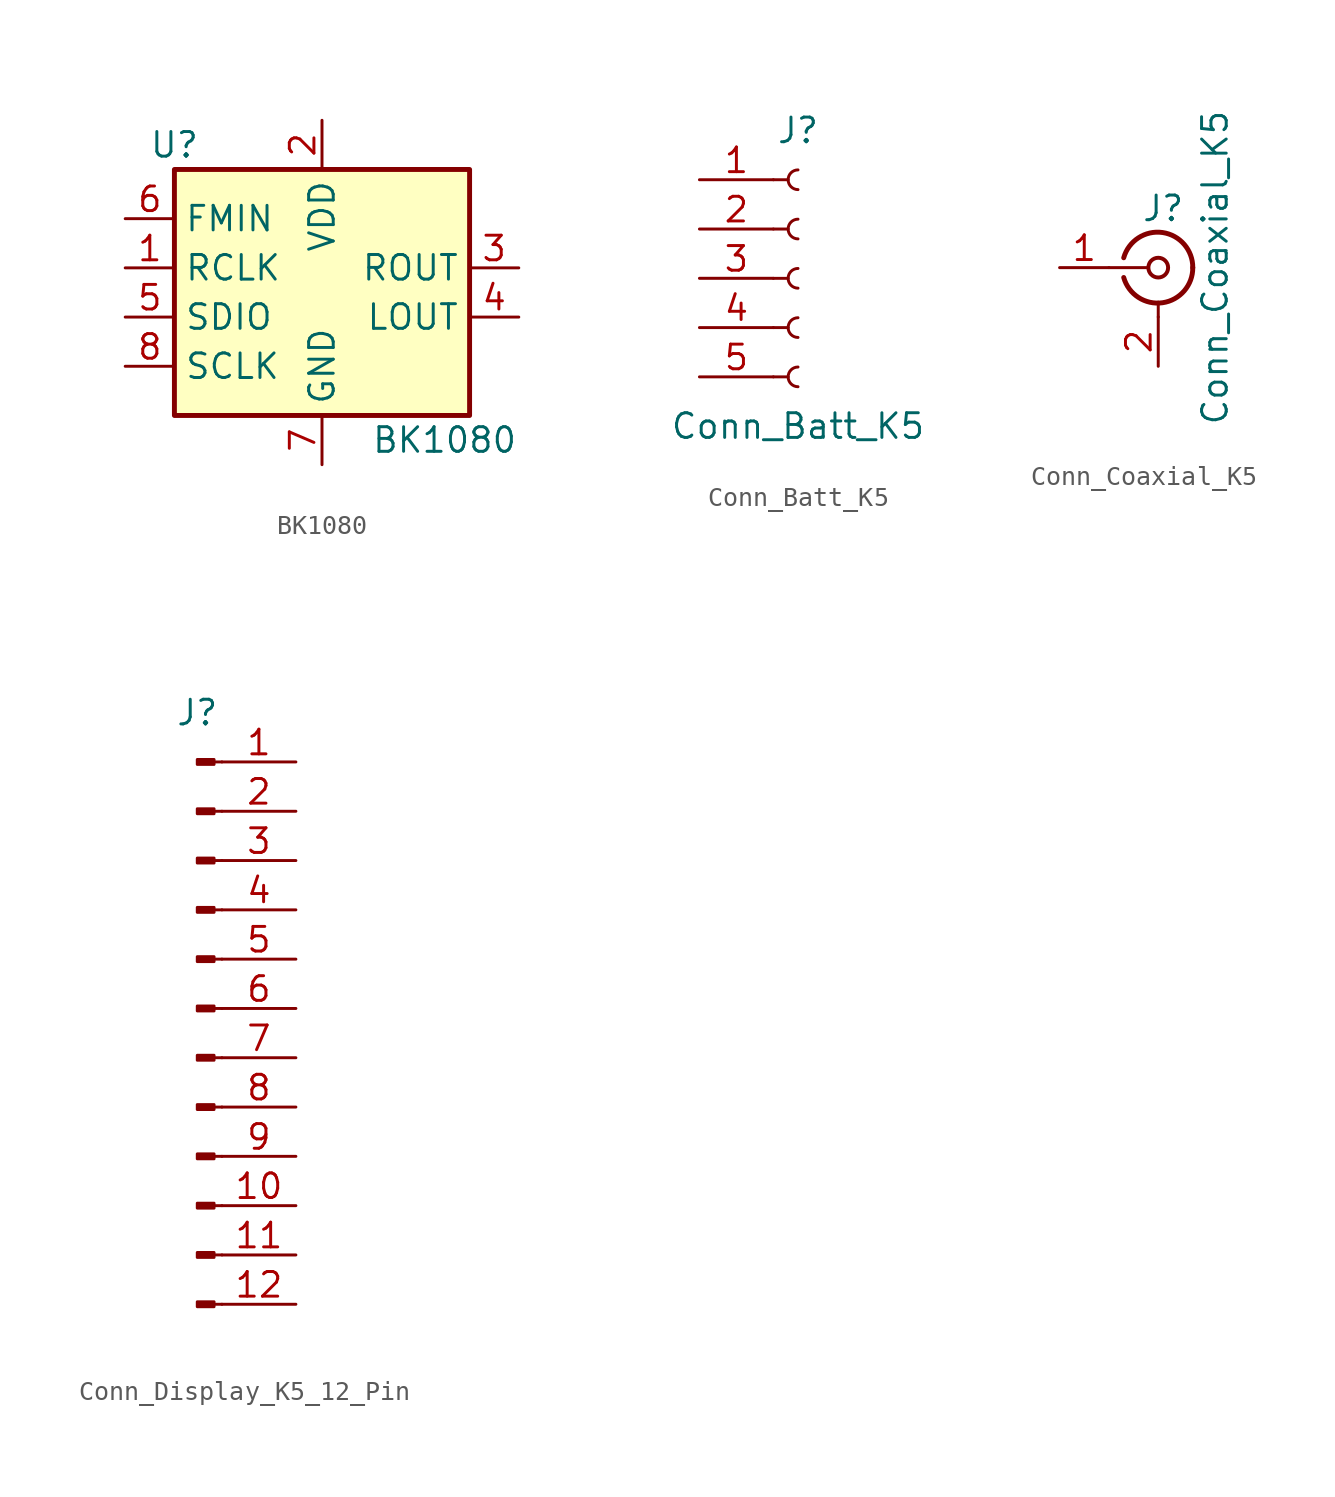
<source format=kicad_sym>
(kicad_symbol_lib
  (version 20220914)
  (generator kicad_symbol_editor)
  (symbol "BK1080"
    (property "Reference" "U"
      (at -7.62 7.62 0)
      (effects (font (size 1.27 1.27))))
    (property "Value" "BK1080"
      (at 2.54 -7.62 0)
      (effects (font (size 1.27 1.27)) (justify left)))
    (symbol "BK1080_1_1"
      (rectangle (start -7.62 6.35) (end 7.62 -6.35) (stroke (width 0.254) (type default)) (fill (type background)))
      (pin input line (at -10.16 1.27 0) (length 2.54) (name "RCLK" (effects (font (size 1.27 1.27)))) (number "1" (effects (font (size 1.27 1.27)))))
      (pin power_in line (at 0 8.89 270) (length 2.54) (name "VDD" (effects (font (size 1.27 1.27)))) (number "2" (effects (font (size 1.27 1.27)))))
      (pin bidirectional line (at 10.16 1.27 180) (length 2.54) (name "ROUT" (effects (font (size 1.27 1.27)))) (number "3" (effects (font (size 1.27 1.27)))))
      (pin input line (at 10.16 -1.27 180) (length 2.54) (name "LOUT" (effects (font (size 1.27 1.27)))) (number "4" (effects (font (size 1.27 1.27)))))
      (pin bidirectional line (at -10.16 -1.27 0) (length 2.54) (name "SDIO" (effects (font (size 1.27 1.27)))) (number "5" (effects (font (size 1.27 1.27)))))
      (pin input line (at -10.16 3.81 0) (length 2.54) (name "FMIN" (effects (font (size 1.27 1.27)))) (number "6" (effects (font (size 1.27 1.27)))))
      (pin power_in line (at 0 -8.89 90) (length 2.54) (name "GND" (effects (font (size 1.27 1.27)))) (number "7" (effects (font (size 1.27 1.27)))))
      (pin input line (at -10.16 -3.81 0) (length 2.54) (name "SCLK" (effects (font (size 1.27 1.27)))) (number "8" (effects (font (size 1.27 1.27)))))))
  (symbol "Conn_Batt_K5"
    (pin_names
      (offset 1.016) hide)
    (property "Reference" "J"
      (at 0 7.62 0)
      (effects (font (size 1.27 1.27))))
    (property "Value" "Conn_Batt_K5"
      (at 0 -7.62 0)
      (effects (font (size 1.27 1.27))))
    (symbol "Conn_Batt_K5_1_1"
      (arc (start 0 -4.572) (mid -0.5058 -5.08) (end 0 -5.588) (stroke (width 0.1524) (type default)) (fill (type none)))
      (arc (start 0 -2.032) (mid -0.5058 -2.54) (end 0 -3.048) (stroke (width 0.1524) (type default)) (fill (type none)))
      (polyline (pts (xy -1.27 -5.08) (xy -0.508 -5.08)) (stroke (width 0.152) (type default)) (fill (type none)))
      (polyline (pts (xy -1.27 -2.54) (xy -0.508 -2.54)) (stroke (width 0.152) (type default)) (fill (type none)))
      (polyline (pts (xy -1.27 0) (xy -0.508 0)) (stroke (width 0.152) (type default)) (fill (type none)))
      (polyline (pts (xy -1.27 2.54) (xy -0.508 2.54)) (stroke (width 0.152) (type default)) (fill (type none)))
      (polyline (pts (xy -1.27 5.08) (xy -0.508 5.08)) (stroke (width 0.152) (type default)) (fill (type none)))
      (arc (start 0 0.508) (mid -0.5058 0) (end 0 -0.508) (stroke (width 0.1524) (type default)) (fill (type none)))
      (arc (start 0 3.048) (mid -0.5058 2.54) (end 0 2.032) (stroke (width 0.1524) (type default)) (fill (type none)))
      (arc (start 0 5.588) (mid -0.5058 5.08) (end 0 4.572) (stroke (width 0.1524) (type default)) (fill (type none)))
      (pin passive line (at -5.08 5.08 0) (length 3.81) (name "Pin_1" (effects (font (size 1.27 1.27)))) (number "1" (effects (font (size 1.27 1.27)))))
      (pin passive line (at -5.08 2.54 0) (length 3.81) (name "Pin_2" (effects (font (size 1.27 1.27)))) (number "2" (effects (font (size 1.27 1.27)))))
      (pin passive line (at -5.08 0 0) (length 3.81) (name "Pin_3" (effects (font (size 1.27 1.27)))) (number "3" (effects (font (size 1.27 1.27)))))
      (pin passive line (at -5.08 -2.54 0) (length 3.81) (name "Pin_4" (effects (font (size 1.27 1.27)))) (number "4" (effects (font (size 1.27 1.27)))))
      (pin passive line (at -5.08 -5.08 0) (length 3.81) (name "Pin_5" (effects (font (size 1.27 1.27)))) (number "5" (effects (font (size 1.27 1.27)))))))
  (symbol "Conn_Coaxial_K5"
    (pin_names
      (offset 1.016) hide)
    (property "Reference" "J"
      (at 0.254 3.048 0)
      (effects (font (size 1.27 1.27))))
    (property "Value" "Conn_Coaxial_K5"
      (at 2.921 0 90)
      (effects (font (size 1.27 1.27))))
    (symbol "Conn_Coaxial_K5_0_1"
      (arc (start -1.778 -0.508) (mid 0.2311 -1.8066) (end 1.778 0) (stroke (width 0.254) (type default)) (fill (type none)))
      (polyline (pts (xy -2.54 0) (xy -0.508 0)) (stroke (width 0) (type default)) (fill (type none)))
      (polyline (pts (xy 0 -2.54) (xy 0 -1.778)) (stroke (width 0) (type default)) (fill (type none)))
      (circle (center 0 0) (radius 0.508) (stroke (width 0.203) (type default)) (fill (type none)))
      (arc (start 1.778 0) (mid 0.2099 1.8101) (end -1.778 0.508) (stroke (width 0.254) (type default)) (fill (type none))))
    (symbol "Conn_Coaxial_K5_1_1"
      (pin passive line (at -5.08 0 0) (length 2.54) (name "In" (effects (font (size 1.27 1.27)))) (number "1" (effects (font (size 1.27 1.27)))))
      (pin passive line (at 0 -5.08 90) (length 2.54) (name "Ext" (effects (font (size 1.27 1.27)))) (number "2" (effects (font (size 1.27 1.27)))))))
  (symbol "Conn_Display_K5_12_Pin"
    (pin_names
      (offset 1.016) hide)
    (property "Reference" "J"
      (at 0 15.24 0)
      (effects (font (size 1.27 1.27))))
    (property "Value" ""
      (at 0 -15.24 0)
      (effects (font (size 1.27 1.27))))
    (symbol "Conn_Display_K5_12_Pin_1_1"
      (rectangle (start 0 -15.113) (end 0.864 -15.367) (stroke (width 0.152) (type default)) (fill (type outline)))
      (rectangle (start 0 -12.573) (end 0.864 -12.827) (stroke (width 0.152) (type default)) (fill (type outline)))
      (polyline (pts (xy 1.27 -15.24) (xy 0.864 -15.24)) (stroke (width 0.152) (type default)) (fill (type none)))
      (polyline (pts (xy 1.27 -12.7) (xy 0.864 -12.7)) (stroke (width 0.152) (type default)) (fill (type none)))
      (polyline (pts (xy 1.27 -10.16) (xy 0.864 -10.16)) (stroke (width 0.152) (type default)) (fill (type none)))
      (polyline (pts (xy 1.27 -7.62) (xy 0.864 -7.62)) (stroke (width 0.152) (type default)) (fill (type none)))
      (polyline (pts (xy 1.27 -5.08) (xy 0.864 -5.08)) (stroke (width 0.152) (type default)) (fill (type none)))
      (polyline (pts (xy 1.27 -2.54) (xy 0.864 -2.54)) (stroke (width 0.152) (type default)) (fill (type none)))
      (polyline (pts (xy 1.27 0) (xy 0.864 0)) (stroke (width 0.152) (type default)) (fill (type none)))
      (polyline (pts (xy 1.27 2.54) (xy 0.864 2.54)) (stroke (width 0.152) (type default)) (fill (type none)))
      (polyline (pts (xy 1.27 5.08) (xy 0.864 5.08)) (stroke (width 0.152) (type default)) (fill (type none)))
      (polyline (pts (xy 1.27 7.62) (xy 0.864 7.62)) (stroke (width 0.152) (type default)) (fill (type none)))
      (polyline (pts (xy 1.27 10.16) (xy 0.864 10.16)) (stroke (width 0.152) (type default)) (fill (type none)))
      (polyline (pts (xy 1.27 12.7) (xy 0.864 12.7)) (stroke (width 0.152) (type default)) (fill (type none)))
      (rectangle (start 0.864 -10.033) (end 0 -10.287) (stroke (width 0.152) (type default)) (fill (type outline)))
      (rectangle (start 0.864 -7.493) (end 0 -7.747) (stroke (width 0.152) (type default)) (fill (type outline)))
      (rectangle (start 0.864 -4.953) (end 0 -5.207) (stroke (width 0.152) (type default)) (fill (type outline)))
      (rectangle (start 0.864 -2.413) (end 0 -2.667) (stroke (width 0.152) (type default)) (fill (type outline)))
      (rectangle (start 0.864 0.127) (end 0 -0.127) (stroke (width 0.152) (type default)) (fill (type outline)))
      (rectangle (start 0.864 2.667) (end 0 2.413) (stroke (width 0.152) (type default)) (fill (type outline)))
      (rectangle (start 0.864 5.207) (end 0 4.953) (stroke (width 0.152) (type default)) (fill (type outline)))
      (rectangle (start 0.864 7.747) (end 0 7.493) (stroke (width 0.152) (type default)) (fill (type outline)))
      (rectangle (start 0.864 10.287) (end 0 10.033) (stroke (width 0.152) (type default)) (fill (type outline)))
      (rectangle (start 0.864 12.827) (end 0 12.573) (stroke (width 0.152) (type default)) (fill (type outline)))
      (pin passive line (at 5.08 12.7 180) (length 3.81) (name "Pin_1" (effects (font (size 1.27 1.27)))) (number "1" (effects (font (size 1.27 1.27)))))
      (pin passive line (at 5.08 -10.16 180) (length 3.81) (name "Pin_10" (effects (font (size 1.27 1.27)))) (number "10" (effects (font (size 1.27 1.27)))))
      (pin passive line (at 5.08 -12.7 180) (length 3.81) (name "Pin_11" (effects (font (size 1.27 1.27)))) (number "11" (effects (font (size 1.27 1.27)))))
      (pin passive line (at 5.08 -15.24 180) (length 3.81) (name "Pin_11" (effects (font (size 1.27 1.27)))) (number "12" (effects (font (size 1.27 1.27)))))
      (pin passive line (at 5.08 10.16 180) (length 3.81) (name "Pin_2" (effects (font (size 1.27 1.27)))) (number "2" (effects (font (size 1.27 1.27)))))
      (pin passive line (at 5.08 7.62 180) (length 3.81) (name "Pin_3" (effects (font (size 1.27 1.27)))) (number "3" (effects (font (size 1.27 1.27)))))
      (pin passive line (at 5.08 5.08 180) (length 3.81) (name "Pin_4" (effects (font (size 1.27 1.27)))) (number "4" (effects (font (size 1.27 1.27)))))
      (pin passive line (at 5.08 2.54 180) (length 3.81) (name "Pin_5" (effects (font (size 1.27 1.27)))) (number "5" (effects (font (size 1.27 1.27)))))
      (pin passive line (at 5.08 0 180) (length 3.81) (name "Pin_6" (effects (font (size 1.27 1.27)))) (number "6" (effects (font (size 1.27 1.27)))))
      (pin passive line (at 5.08 -2.54 180) (length 3.81) (name "Pin_7" (effects (font (size 1.27 1.27)))) (number "7" (effects (font (size 1.27 1.27)))))
      (pin passive line (at 5.08 -5.08 180) (length 3.81) (name "Pin_8" (effects (font (size 1.27 1.27)))) (number "8" (effects (font (size 1.27 1.27)))))
      (pin passive line (at 5.08 -7.62 180) (length 3.81) (name "Pin_9" (effects (font (size 1.27 1.27)))) (number "9" (effects (font (size 1.27 1.27))))))))
</source>
